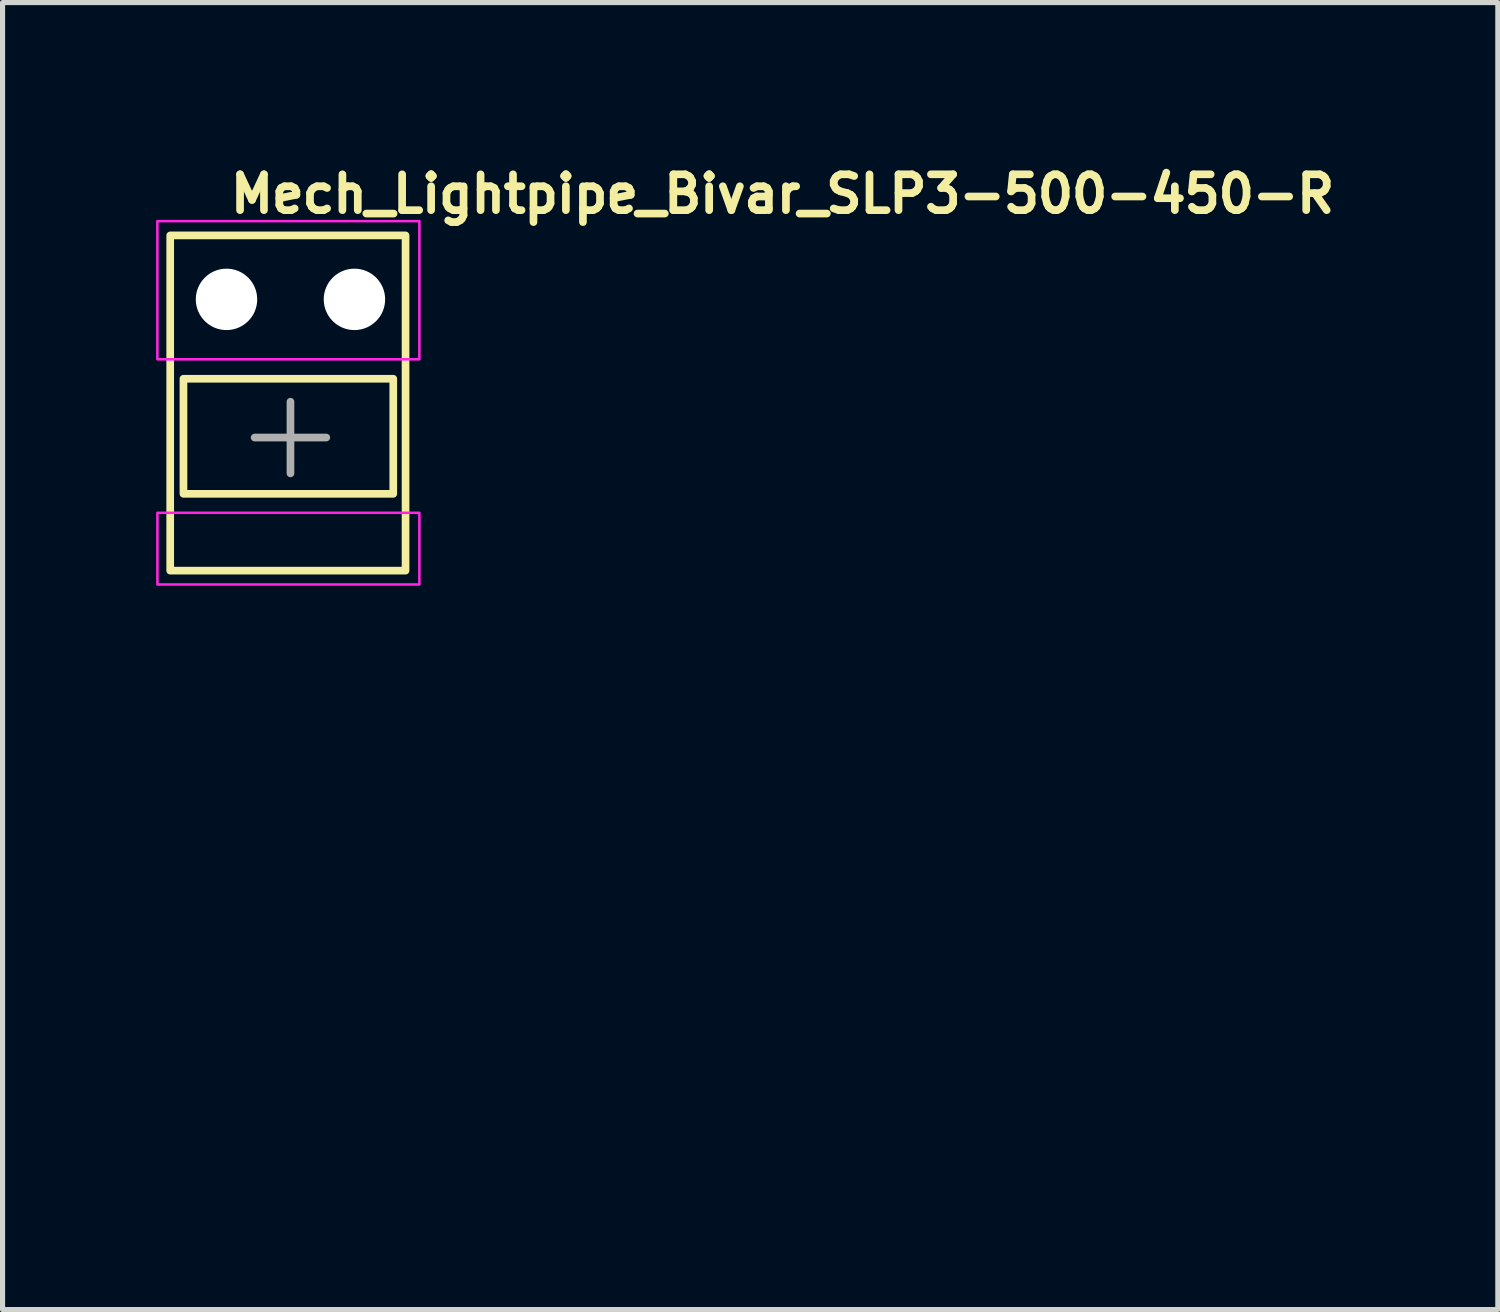
<source format=kicad_pcb>
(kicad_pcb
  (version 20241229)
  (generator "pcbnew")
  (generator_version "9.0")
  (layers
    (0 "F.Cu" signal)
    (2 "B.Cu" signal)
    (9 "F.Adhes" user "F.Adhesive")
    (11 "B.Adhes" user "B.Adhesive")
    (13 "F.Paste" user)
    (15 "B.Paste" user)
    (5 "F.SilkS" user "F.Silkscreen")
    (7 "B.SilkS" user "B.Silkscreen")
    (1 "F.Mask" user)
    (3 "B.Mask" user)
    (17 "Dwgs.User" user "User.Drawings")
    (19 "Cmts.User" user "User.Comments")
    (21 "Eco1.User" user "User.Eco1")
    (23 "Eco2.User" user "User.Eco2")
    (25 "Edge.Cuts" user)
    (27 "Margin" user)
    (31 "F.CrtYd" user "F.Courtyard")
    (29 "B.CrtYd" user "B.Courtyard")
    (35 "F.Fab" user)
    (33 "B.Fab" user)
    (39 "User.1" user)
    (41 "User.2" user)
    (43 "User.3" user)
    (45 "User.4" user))
  (footprint "Mech_Lightpipe_Bivar_SLP3-500-450-R"
    (layer "F.Cu")
    (at 1.376 2.8)
    (property "Reference" "Mech_Lightpipe_Bivar_SLP3-500-450-R" (at 0 -1.65 0) (unlocked yes) (layer "F.SilkS") (effects (font (size 0.7 0.7) (thickness 0.15)) (justify left bottom)))
    (attr through_hole)
    (fp_rect (start -1.1 -1.25) (end 3.499 5.301) (stroke (width 0.15) (type solid)) (fill no) (layer "F.SilkS"))
    (fp_rect (start -0.841 1.551) (end 3.259 3.8) (stroke (width 0.15) (type solid)) (fill no) (layer "F.SilkS"))
    (fp_rect (start -1.351 -1.529) (end 3.769 1.171) (stroke (width 0.05) (type solid)) (fill no) (layer "F.CrtYd"))
    (fp_rect (start -1.35 4.171) (end 3.769 5.571) (stroke (width 0.05) (type solid)) (fill no) (layer "F.CrtYd"))
    (fp_line (start 0.55 2.7) (end 1.25 2.7) (stroke (width 0.15) (type solid)) (layer "F.Fab"))
    (fp_line (start 1.25 2) (end 1.25 2.7) (stroke (width 0.15) (type solid)) (layer "F.Fab"))
    (fp_line (start 1.25 2.7) (end 1.25 3.4) (stroke (width 0.15) (type solid)) (layer "F.Fab"))
    (fp_line (start 1.25 2.7) (end 1.95 2.7) (stroke (width 0.15) (type solid)) (layer "F.Fab"))
    (fp_rect (start 3.46 16.69) (end -1.061 -1.089) (stroke (width 0.1) (type solid)) (fill no) (layer "User.5"))
    (fp_line (start -1.061 -1.089) (end 3.46 -1.089) (stroke (width 0.02) (type solid)) (layer "User.9"))
    (fp_line (start -1.061 5.261) (end -1.061 -1.089) (stroke (width 0.02) (type solid)) (layer "User.9"))
    (fp_line (start -1.061 5.261) (end 3.46 5.261) (stroke (width 0.02) (type solid)) (layer "User.9"))
    (fp_line (start -0.731 4.016) (end 3.129 4.016) (stroke (width 0.02) (type solid)) (layer "User.9"))
    (fp_line (start -0.322 15.191) (end -0.322 5.261) (stroke (width 0.02) (type solid)) (layer "User.9"))
    (fp_line (start 2.674 15.191) (end 2.674 5.261) (stroke (width 0.02) (type solid)) (layer "User.9"))
    (fp_line (start 3.46 -1.089) (end 3.46 5.261) (stroke (width 0.02) (type solid)) (layer "User.9"))
    (fp_arc (start -0.731099 4.016) (mid -0.963371 3.921425) (end -1.06 3.69) (stroke (width 0.02) (type default)) (layer "User.9"))
    (fp_arc (start 2.674 15.191012) (mid 1.175994 16.688009) (end -0.322 15.191) (stroke (width 0.02) (type default)) (layer "User.9"))
    (fp_arc (start 3.46 3.687108) (mid 3.363627 3.920128) (end 3.130404 4.016009) (stroke (width 0.02) (type default)) (layer "User.9"))
    (pad "" np_thru_hole circle (at 0 0) (size 1.2 1.2) (drill 1.2) (layers "*.Cu" "*.Mask"))
    (pad "" np_thru_hole circle (at 2.5 0) (size 1.2 1.2) (drill 1.2) (layers "*.Cu" "*.Mask")))
  (gr_rect
    (start -3 -3)
    (end 26.219 22.54)
    (stroke (width 0.1) (type default))
    (fill no)
    (layer "Edge.Cuts")))
</source>
